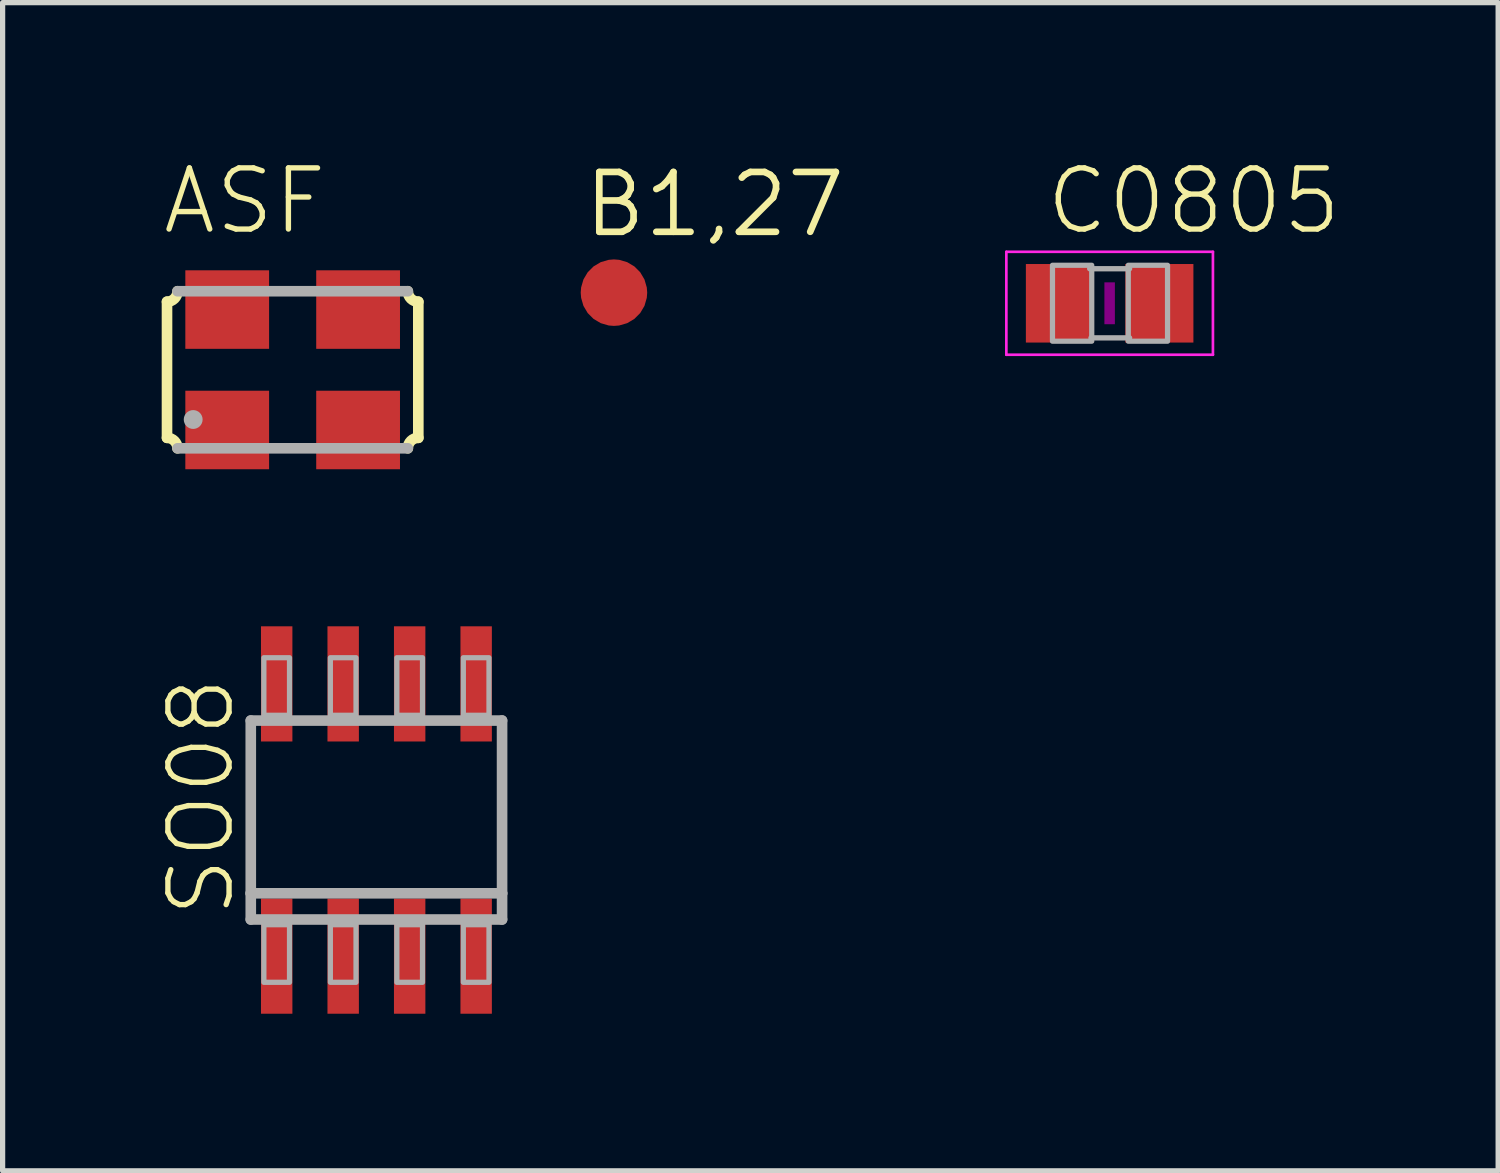
<source format=kicad_pcb>
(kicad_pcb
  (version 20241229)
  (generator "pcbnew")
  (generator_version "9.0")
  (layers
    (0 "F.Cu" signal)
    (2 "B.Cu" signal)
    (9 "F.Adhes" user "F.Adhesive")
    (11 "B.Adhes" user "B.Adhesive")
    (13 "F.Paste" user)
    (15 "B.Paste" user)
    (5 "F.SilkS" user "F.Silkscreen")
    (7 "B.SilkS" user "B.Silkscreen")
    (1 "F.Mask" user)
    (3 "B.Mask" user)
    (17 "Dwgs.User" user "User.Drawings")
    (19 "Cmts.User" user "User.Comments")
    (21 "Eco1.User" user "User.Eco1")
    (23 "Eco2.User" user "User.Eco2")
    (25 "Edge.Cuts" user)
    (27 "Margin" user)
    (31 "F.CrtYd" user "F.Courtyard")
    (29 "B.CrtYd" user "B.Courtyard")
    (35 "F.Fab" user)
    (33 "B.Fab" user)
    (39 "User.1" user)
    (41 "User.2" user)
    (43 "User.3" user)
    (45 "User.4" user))
  (footprint "B1,27"
    (layer "F.Cu")
    (at 8.677 2.54)
    (property "Reference" "B1,27" (at -0.635 -1.016 0) (layer "F.SilkS") (effects (font (size 1.143 1.143) (thickness 0.127)) (justify left bottom)))
    (pad "TP" smd roundrect (at 0 0) (size 1.27 1.27) (layers "F.Cu" "F.Mask") (roundrect_rratio 0.5)))
  (footprint "C0805"
    (layer "F.Cu")
    (at 18.145 2.743)
    (property "Reference" "C0805" (at -1.27 -1.27 0) (layer "F.SilkS") (effects (font (size 1.168 1.168) (thickness 0.102)) (justify left bottom)))
    (fp_poly (pts (xy -0.1 0.4) (xy 0.1 0.4) (xy 0.1 -0.4) (xy -0.1 -0.4)) (stroke (width 0) (type solid)) (fill yes) (layer "F.Adhes"))
    (fp_line (start -1.973 -0.983) (end 1.973 -0.983) (stroke (width 0.051) (type solid)) (layer "F.CrtYd"))
    (fp_line (start -1.973 0.983) (end -1.973 -0.983) (stroke (width 0.051) (type solid)) (layer "F.CrtYd"))
    (fp_line (start 1.973 -0.983) (end 1.973 0.983) (stroke (width 0.051) (type solid)) (layer "F.CrtYd"))
    (fp_line (start 1.973 0.983) (end -1.973 0.983) (stroke (width 0.051) (type solid)) (layer "F.CrtYd"))
    (fp_line (start -0.381 -0.66) (end 0.381 -0.66) (stroke (width 0.102) (type solid)) (layer "F.Fab"))
    (fp_line (start -0.356 0.66) (end 0.381 0.66) (stroke (width 0.102) (type solid)) (layer "F.Fab"))
    (fp_poly (pts (xy -1.092 0.724) (xy -0.342 0.724) (xy -0.342 -0.726) (xy -1.092 -0.726)) (stroke (width 0.1) (type solid)) (fill no) (layer "F.Fab"))
    (fp_poly (pts (xy 0.356 0.724) (xy 1.106 0.724) (xy 1.106 -0.726) (xy 0.356 -0.726)) (stroke (width 0.1) (type solid)) (fill no) (layer "F.Fab"))
    (pad "1" smd rect (at -0.95 0) (size 1.3 1.5) (layers "F.Cu" "F.Mask" "F.Paste"))
    (pad "2" smd rect (at 0.95 0) (size 1.3 1.5) (layers "F.Cu" "F.Mask" "F.Paste")))
  (footprint "SO08"
    (layer "F.Cu")
    (at 4.14 12.613)
    (property "Reference" "SO08" (at -2.667 1.905 90) (layer "F.SilkS") (effects (font (size 1.168 1.168) (thickness 0.102)) (justify left bottom)))
    (fp_line (start -2.4 -1.9) (end 2.4 -1.9) (stroke (width 0.203) (type solid)) (layer "F.Fab"))
    (fp_line (start -2.4 1.4) (end -2.4 -1.9) (stroke (width 0.203) (type solid)) (layer "F.Fab"))
    (fp_line (start -2.4 1.9) (end -2.4 1.4) (stroke (width 0.203) (type solid)) (layer "F.Fab"))
    (fp_line (start 2.4 -1.9) (end 2.4 1.4) (stroke (width 0.203) (type solid)) (layer "F.Fab"))
    (fp_line (start 2.4 1.4) (end -2.4 1.4) (stroke (width 0.203) (type solid)) (layer "F.Fab"))
    (fp_line (start 2.4 1.4) (end 2.4 1.9) (stroke (width 0.203) (type solid)) (layer "F.Fab"))
    (fp_line (start 2.4 1.9) (end -2.4 1.9) (stroke (width 0.203) (type solid)) (layer "F.Fab"))
    (fp_poly (pts (xy -2.15 -2) (xy -1.66 -2) (xy -1.66 -3.1) (xy -2.15 -3.1)) (stroke (width 0.1) (type solid)) (fill no) (layer "F.Fab"))
    (fp_poly (pts (xy -2.15 3.1) (xy -1.66 3.1) (xy -1.66 2) (xy -2.15 2)) (stroke (width 0.1) (type solid)) (fill no) (layer "F.Fab"))
    (fp_poly (pts (xy -0.88 -2) (xy -0.39 -2) (xy -0.39 -3.1) (xy -0.88 -3.1)) (stroke (width 0.1) (type solid)) (fill no) (layer "F.Fab"))
    (fp_poly (pts (xy -0.88 3.1) (xy -0.39 3.1) (xy -0.39 2) (xy -0.88 2)) (stroke (width 0.1) (type solid)) (fill no) (layer "F.Fab"))
    (fp_poly (pts (xy 0.39 -2) (xy 0.88 -2) (xy 0.88 -3.1) (xy 0.39 -3.1)) (stroke (width 0.1) (type solid)) (fill no) (layer "F.Fab"))
    (fp_poly (pts (xy 0.39 3.1) (xy 0.88 3.1) (xy 0.88 2) (xy 0.39 2)) (stroke (width 0.1) (type solid)) (fill no) (layer "F.Fab"))
    (fp_poly (pts (xy 1.66 -2) (xy 2.15 -2) (xy 2.15 -3.1) (xy 1.66 -3.1)) (stroke (width 0.1) (type solid)) (fill no) (layer "F.Fab"))
    (fp_poly (pts (xy 1.66 3.1) (xy 2.15 3.1) (xy 2.15 2) (xy 1.66 2)) (stroke (width 0.1) (type solid)) (fill no) (layer "F.Fab"))
    (pad "1" smd rect (at -1.905 2.6) (size 0.6 2.2) (layers "F.Cu" "F.Mask" "F.Paste"))
    (pad "2" smd rect (at -0.635 2.6) (size 0.6 2.2) (layers "F.Cu" "F.Mask" "F.Paste"))
    (pad "3" smd rect (at 0.635 2.6) (size 0.6 2.2) (layers "F.Cu" "F.Mask" "F.Paste"))
    (pad "4" smd rect (at 1.905 2.6) (size 0.6 2.2) (layers "F.Cu" "F.Mask" "F.Paste"))
    (pad "5" smd rect (at 1.905 -2.6) (size 0.6 2.2) (layers "F.Cu" "F.Mask" "F.Paste"))
    (pad "6" smd rect (at 0.635 -2.6) (size 0.6 2.2) (layers "F.Cu" "F.Mask" "F.Paste"))
    (pad "7" smd rect (at -0.635 -2.6) (size 0.6 2.2) (layers "F.Cu" "F.Mask" "F.Paste"))
    (pad "8" smd rect (at -1.905 -2.6) (size 0.6 2.2) (layers "F.Cu" "F.Mask" "F.Paste")))
  (footprint "ASF"
    (layer "F.Cu")
    (at 2.54 4.013)
    (property "Reference" "ASF" (at -2.54 -2.54 0) (layer "F.SilkS") (effects (font (size 1.168 1.168) (thickness 0.102)) (justify left bottom)))
    (fp_line (start -2.4 1.3) (end -2.4 -1.3) (stroke (width 0.203) (type solid)) (layer "F.SilkS"))
    (fp_line (start 2.4 -1.3) (end 2.4 1.3) (stroke (width 0.203) (type solid)) (layer "F.SilkS"))
    (fp_arc (start -2.4 1.3) (mid -2.258579 1.358579) (end -2.2 1.5) (stroke (width 0.2032) (type solid)) (layer "F.SilkS"))
    (fp_arc (start -2.2 -1.5) (mid -2.258579 -1.358579) (end -2.4 -1.3) (stroke (width 0.2032) (type solid)) (layer "F.SilkS"))
    (fp_arc (start 2.2 1.5) (mid 2.258579 1.358579) (end 2.4 1.3) (stroke (width 0.2032) (type solid)) (layer "F.SilkS"))
    (fp_arc (start 2.4 -1.3) (mid 2.258579 -1.358579) (end 2.2 -1.5) (stroke (width 0.2032) (type solid)) (layer "F.SilkS"))
    (fp_line (start -2.2 -1.5) (end 2.2 -1.5) (stroke (width 0.203) (type solid)) (layer "F.Fab"))
    (fp_line (start 2.2 1.5) (end -2.2 1.5) (stroke (width 0.203) (type solid)) (layer "F.Fab"))
    (fp_circle (center -1.9 0.95) (end -1.81 0.95) (stroke (width 0.18) (type solid)) (fill no) (layer "F.Fab"))
    (pad "1" smd rect (at -1.25 1.15) (size 1.6 1.5) (layers "F.Cu" "F.Mask" "F.Paste"))
    (pad "2" smd rect (at 1.25 1.15) (size 1.6 1.5) (layers "F.Cu" "F.Mask" "F.Paste"))
    (pad "3" smd rect (at 1.25 -1.15 180) (size 1.6 1.5) (layers "F.Cu" "F.Mask" "F.Paste"))
    (pad "4" smd rect (at -1.25 -1.15 180) (size 1.6 1.5) (layers "F.Cu" "F.Mask" "F.Paste")))
  (gr_rect
    (start -3 -3)
    (end 25.566 19.313)
    (stroke (width 0.1) (type default))
    (fill no)
    (layer "Edge.Cuts")))
</source>
